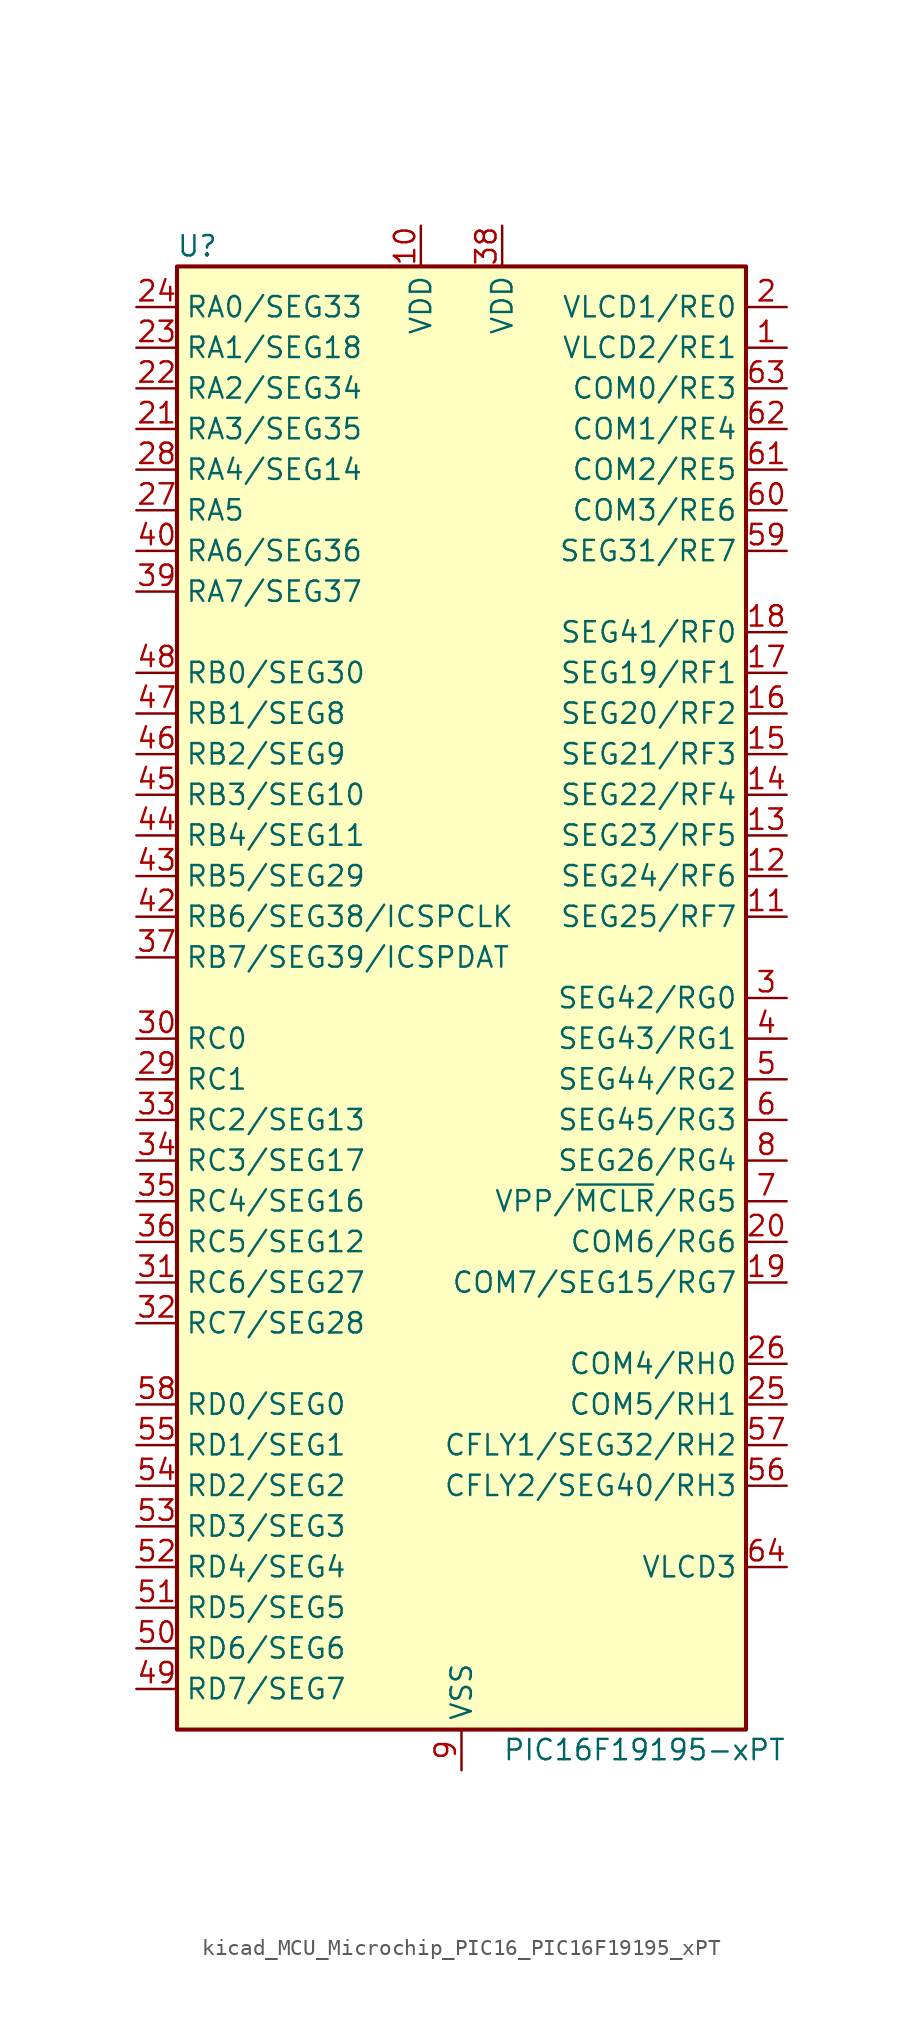
<source format=kicad_sym>
(kicad_symbol_lib
  (version 20220914)
  (generator kicad_symbol_editor)
  (symbol "kicad_MCU_Microchip_PIC16_PIC16F19195_xPT"
    (property "Reference" "U"
      (at -16.51 46.99 0)
      (effects (font (size 1.27 1.27))))
    (property "Value" "PIC16F19195-xPT"
      (at 11.43 -46.99 0)
      (effects (font (size 1.27 1.27))))
    (symbol "kicad_MCU_Microchip_PIC16_PIC16F19195_xPT_0_1"
      (rectangle (start -17.78 45.72) (end 17.78 -45.72) (stroke (width 0.254) (type default)) (fill (type background))))
    (symbol "kicad_MCU_Microchip_PIC16_PIC16F19195_xPT_1_1"
      (pin bidirectional line (at 20.32 40.64 180) (length 2.54) (name "VLCD2/RE1" (effects (font (size 1.27 1.27)))) (number "1" (effects (font (size 1.27 1.27)))))
      (pin power_in line (at -2.54 48.26 270) (length 2.54) (name "VDD" (effects (font (size 1.27 1.27)))) (number "10" (effects (font (size 1.27 1.27)))))
      (pin bidirectional line (at 20.32 5.08 180) (length 2.54) (name "SEG25/RF7" (effects (font (size 1.27 1.27)))) (number "11" (effects (font (size 1.27 1.27)))))
      (pin bidirectional line (at 20.32 7.62 180) (length 2.54) (name "SEG24/RF6" (effects (font (size 1.27 1.27)))) (number "12" (effects (font (size 1.27 1.27)))))
      (pin bidirectional line (at 20.32 10.16 180) (length 2.54) (name "SEG23/RF5" (effects (font (size 1.27 1.27)))) (number "13" (effects (font (size 1.27 1.27)))))
      (pin bidirectional line (at 20.32 12.7 180) (length 2.54) (name "SEG22/RF4" (effects (font (size 1.27 1.27)))) (number "14" (effects (font (size 1.27 1.27)))))
      (pin bidirectional line (at 20.32 15.24 180) (length 2.54) (name "SEG21/RF3" (effects (font (size 1.27 1.27)))) (number "15" (effects (font (size 1.27 1.27)))))
      (pin bidirectional line (at 20.32 17.78 180) (length 2.54) (name "SEG20/RF2" (effects (font (size 1.27 1.27)))) (number "16" (effects (font (size 1.27 1.27)))))
      (pin bidirectional line (at 20.32 20.32 180) (length 2.54) (name "SEG19/RF1" (effects (font (size 1.27 1.27)))) (number "17" (effects (font (size 1.27 1.27)))))
      (pin bidirectional line (at 20.32 22.86 180) (length 2.54) (name "SEG41/RF0" (effects (font (size 1.27 1.27)))) (number "18" (effects (font (size 1.27 1.27)))))
      (pin bidirectional line (at 20.32 -17.78 180) (length 2.54) (name "COM7/SEG15/RG7" (effects (font (size 1.27 1.27)))) (number "19" (effects (font (size 1.27 1.27)))))
      (pin bidirectional line (at 20.32 43.18 180) (length 2.54) (name "VLCD1/RE0" (effects (font (size 1.27 1.27)))) (number "2" (effects (font (size 1.27 1.27)))))
      (pin bidirectional line (at 20.32 -15.24 180) (length 2.54) (name "COM6/RG6" (effects (font (size 1.27 1.27)))) (number "20" (effects (font (size 1.27 1.27)))))
      (pin bidirectional line (at -20.32 35.56 0) (length 2.54) (name "RA3/SEG35" (effects (font (size 1.27 1.27)))) (number "21" (effects (font (size 1.27 1.27)))))
      (pin bidirectional line (at -20.32 38.1 0) (length 2.54) (name "RA2/SEG34" (effects (font (size 1.27 1.27)))) (number "22" (effects (font (size 1.27 1.27)))))
      (pin bidirectional line (at -20.32 40.64 0) (length 2.54) (name "RA1/SEG18" (effects (font (size 1.27 1.27)))) (number "23" (effects (font (size 1.27 1.27)))))
      (pin bidirectional line (at -20.32 43.18 0) (length 2.54) (name "RA0/SEG33" (effects (font (size 1.27 1.27)))) (number "24" (effects (font (size 1.27 1.27)))))
      (pin bidirectional line (at 20.32 -25.4 180) (length 2.54) (name "COM5/RH1" (effects (font (size 1.27 1.27)))) (number "25" (effects (font (size 1.27 1.27)))))
      (pin bidirectional line (at 20.32 -22.86 180) (length 2.54) (name "COM4/RH0" (effects (font (size 1.27 1.27)))) (number "26" (effects (font (size 1.27 1.27)))))
      (pin bidirectional line (at -20.32 30.48 0) (length 2.54) (name "RA5" (effects (font (size 1.27 1.27)))) (number "27" (effects (font (size 1.27 1.27)))))
      (pin bidirectional line (at -20.32 33.02 0) (length 2.54) (name "RA4/SEG14" (effects (font (size 1.27 1.27)))) (number "28" (effects (font (size 1.27 1.27)))))
      (pin bidirectional line (at -20.32 -5.08 0) (length 2.54) (name "RC1" (effects (font (size 1.27 1.27)))) (number "29" (effects (font (size 1.27 1.27)))))
      (pin bidirectional line (at 20.32 0 180) (length 2.54) (name "SEG42/RG0" (effects (font (size 1.27 1.27)))) (number "3" (effects (font (size 1.27 1.27)))))
      (pin bidirectional line (at -20.32 -2.54 0) (length 2.54) (name "RC0" (effects (font (size 1.27 1.27)))) (number "30" (effects (font (size 1.27 1.27)))))
      (pin bidirectional line (at -20.32 -17.78 0) (length 2.54) (name "RC6/SEG27" (effects (font (size 1.27 1.27)))) (number "31" (effects (font (size 1.27 1.27)))))
      (pin bidirectional line (at -20.32 -20.32 0) (length 2.54) (name "RC7/SEG28" (effects (font (size 1.27 1.27)))) (number "32" (effects (font (size 1.27 1.27)))))
      (pin bidirectional line (at -20.32 -7.62 0) (length 2.54) (name "RC2/SEG13" (effects (font (size 1.27 1.27)))) (number "33" (effects (font (size 1.27 1.27)))))
      (pin bidirectional line (at -20.32 -10.16 0) (length 2.54) (name "RC3/SEG17" (effects (font (size 1.27 1.27)))) (number "34" (effects (font (size 1.27 1.27)))))
      (pin bidirectional line (at -20.32 -12.7 0) (length 2.54) (name "RC4/SEG16" (effects (font (size 1.27 1.27)))) (number "35" (effects (font (size 1.27 1.27)))))
      (pin bidirectional line (at -20.32 -15.24 0) (length 2.54) (name "RC5/SEG12" (effects (font (size 1.27 1.27)))) (number "36" (effects (font (size 1.27 1.27)))))
      (pin bidirectional line (at -20.32 2.54 0) (length 2.54) (name "RB7/SEG39/ICSPDAT" (effects (font (size 1.27 1.27)))) (number "37" (effects (font (size 1.27 1.27)))))
      (pin power_in line (at 2.54 48.26 270) (length 2.54) (name "VDD" (effects (font (size 1.27 1.27)))) (number "38" (effects (font (size 1.27 1.27)))))
      (pin bidirectional line (at -20.32 25.4 0) (length 2.54) (name "RA7/SEG37" (effects (font (size 1.27 1.27)))) (number "39" (effects (font (size 1.27 1.27)))))
      (pin bidirectional line (at 20.32 -2.54 180) (length 2.54) (name "SEG43/RG1" (effects (font (size 1.27 1.27)))) (number "4" (effects (font (size 1.27 1.27)))))
      (pin bidirectional line (at -20.32 27.94 0) (length 2.54) (name "RA6/SEG36" (effects (font (size 1.27 1.27)))) (number "40" (effects (font (size 1.27 1.27)))))
      (pin passive line (at 0 -48.26 90) (length 2.54) hide (name "VSS" (effects (font (size 1.27 1.27)))) (number "41" (effects (font (size 1.27 1.27)))))
      (pin bidirectional line (at -20.32 5.08 0) (length 2.54) (name "RB6/SEG38/ICSPCLK" (effects (font (size 1.27 1.27)))) (number "42" (effects (font (size 1.27 1.27)))))
      (pin bidirectional line (at -20.32 7.62 0) (length 2.54) (name "RB5/SEG29" (effects (font (size 1.27 1.27)))) (number "43" (effects (font (size 1.27 1.27)))))
      (pin bidirectional line (at -20.32 10.16 0) (length 2.54) (name "RB4/SEG11" (effects (font (size 1.27 1.27)))) (number "44" (effects (font (size 1.27 1.27)))))
      (pin bidirectional line (at -20.32 12.7 0) (length 2.54) (name "RB3/SEG10" (effects (font (size 1.27 1.27)))) (number "45" (effects (font (size 1.27 1.27)))))
      (pin bidirectional line (at -20.32 15.24 0) (length 2.54) (name "RB2/SEG9" (effects (font (size 1.27 1.27)))) (number "46" (effects (font (size 1.27 1.27)))))
      (pin bidirectional line (at -20.32 17.78 0) (length 2.54) (name "RB1/SEG8" (effects (font (size 1.27 1.27)))) (number "47" (effects (font (size 1.27 1.27)))))
      (pin bidirectional line (at -20.32 20.32 0) (length 2.54) (name "RB0/SEG30" (effects (font (size 1.27 1.27)))) (number "48" (effects (font (size 1.27 1.27)))))
      (pin bidirectional line (at -20.32 -43.18 0) (length 2.54) (name "RD7/SEG7" (effects (font (size 1.27 1.27)))) (number "49" (effects (font (size 1.27 1.27)))))
      (pin bidirectional line (at 20.32 -5.08 180) (length 2.54) (name "SEG44/RG2" (effects (font (size 1.27 1.27)))) (number "5" (effects (font (size 1.27 1.27)))))
      (pin bidirectional line (at -20.32 -40.64 0) (length 2.54) (name "RD6/SEG6" (effects (font (size 1.27 1.27)))) (number "50" (effects (font (size 1.27 1.27)))))
      (pin bidirectional line (at -20.32 -38.1 0) (length 2.54) (name "RD5/SEG5" (effects (font (size 1.27 1.27)))) (number "51" (effects (font (size 1.27 1.27)))))
      (pin bidirectional line (at -20.32 -35.56 0) (length 2.54) (name "RD4/SEG4" (effects (font (size 1.27 1.27)))) (number "52" (effects (font (size 1.27 1.27)))))
      (pin bidirectional line (at -20.32 -33.02 0) (length 2.54) (name "RD3/SEG3" (effects (font (size 1.27 1.27)))) (number "53" (effects (font (size 1.27 1.27)))))
      (pin bidirectional line (at -20.32 -30.48 0) (length 2.54) (name "RD2/SEG2" (effects (font (size 1.27 1.27)))) (number "54" (effects (font (size 1.27 1.27)))))
      (pin bidirectional line (at -20.32 -27.94 0) (length 2.54) (name "RD1/SEG1" (effects (font (size 1.27 1.27)))) (number "55" (effects (font (size 1.27 1.27)))))
      (pin bidirectional line (at 20.32 -30.48 180) (length 2.54) (name "CFLY2/SEG40/RH3" (effects (font (size 1.27 1.27)))) (number "56" (effects (font (size 1.27 1.27)))))
      (pin bidirectional line (at 20.32 -27.94 180) (length 2.54) (name "CFLY1/SEG32/RH2" (effects (font (size 1.27 1.27)))) (number "57" (effects (font (size 1.27 1.27)))))
      (pin bidirectional line (at -20.32 -25.4 0) (length 2.54) (name "RD0/SEG0" (effects (font (size 1.27 1.27)))) (number "58" (effects (font (size 1.27 1.27)))))
      (pin bidirectional line (at 20.32 27.94 180) (length 2.54) (name "SEG31/RE7" (effects (font (size 1.27 1.27)))) (number "59" (effects (font (size 1.27 1.27)))))
      (pin bidirectional line (at 20.32 -7.62 180) (length 2.54) (name "SEG45/RG3" (effects (font (size 1.27 1.27)))) (number "6" (effects (font (size 1.27 1.27)))))
      (pin bidirectional line (at 20.32 30.48 180) (length 2.54) (name "COM3/RE6" (effects (font (size 1.27 1.27)))) (number "60" (effects (font (size 1.27 1.27)))))
      (pin bidirectional line (at 20.32 33.02 180) (length 2.54) (name "COM2/RE5" (effects (font (size 1.27 1.27)))) (number "61" (effects (font (size 1.27 1.27)))))
      (pin bidirectional line (at 20.32 35.56 180) (length 2.54) (name "COM1/RE4" (effects (font (size 1.27 1.27)))) (number "62" (effects (font (size 1.27 1.27)))))
      (pin bidirectional line (at 20.32 38.1 180) (length 2.54) (name "COM0/RE3" (effects (font (size 1.27 1.27)))) (number "63" (effects (font (size 1.27 1.27)))))
      (pin input line (at 20.32 -35.56 180) (length 2.54) (name "VLCD3" (effects (font (size 1.27 1.27)))) (number "64" (effects (font (size 1.27 1.27)))))
      (pin bidirectional line (at 20.32 -12.7 180) (length 2.54) (name "VPP/~{MCLR}/RG5" (effects (font (size 1.27 1.27)))) (number "7" (effects (font (size 1.27 1.27)))))
      (pin bidirectional line (at 20.32 -10.16 180) (length 2.54) (name "SEG26/RG4" (effects (font (size 1.27 1.27)))) (number "8" (effects (font (size 1.27 1.27)))))
      (pin power_in line (at 0 -48.26 90) (length 2.54) (name "VSS" (effects (font (size 1.27 1.27)))) (number "9" (effects (font (size 1.27 1.27))))))))
</source>
